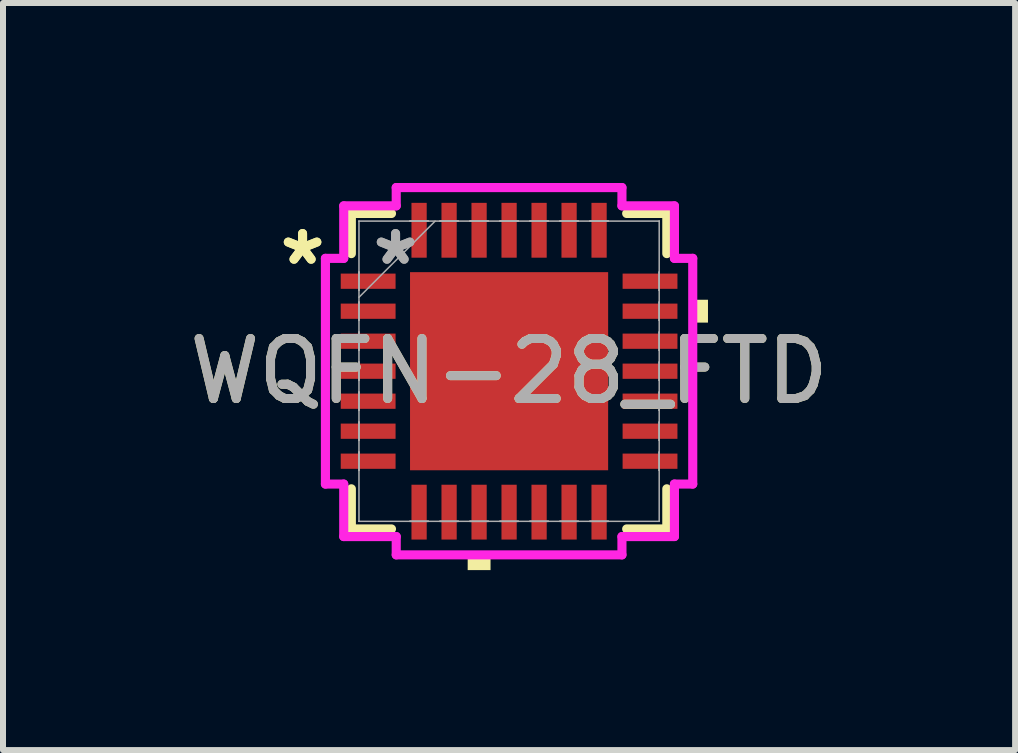
<source format=kicad_pcb>
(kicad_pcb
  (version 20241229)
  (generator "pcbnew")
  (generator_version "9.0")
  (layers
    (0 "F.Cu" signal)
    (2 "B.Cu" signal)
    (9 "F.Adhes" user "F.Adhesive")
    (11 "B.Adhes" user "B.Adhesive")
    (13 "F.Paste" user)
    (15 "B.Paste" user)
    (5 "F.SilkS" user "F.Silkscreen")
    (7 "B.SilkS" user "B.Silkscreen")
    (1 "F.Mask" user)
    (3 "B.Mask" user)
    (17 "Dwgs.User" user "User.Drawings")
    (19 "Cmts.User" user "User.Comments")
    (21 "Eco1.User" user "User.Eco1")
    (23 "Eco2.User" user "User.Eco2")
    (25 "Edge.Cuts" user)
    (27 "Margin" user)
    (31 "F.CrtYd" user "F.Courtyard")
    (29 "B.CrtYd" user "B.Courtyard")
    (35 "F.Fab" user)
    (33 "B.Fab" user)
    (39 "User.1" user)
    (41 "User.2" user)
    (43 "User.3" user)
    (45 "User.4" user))
  (footprint "WQFN-28_FTD"
    (layer "F.Cu")
    (at 5.435 3.137)
    (property "Reference" "WQFN-28_FTD" (at 0 0 0) (unlocked yes) (layer "F.SilkS") (effects (font (size 1 1) (thickness 0.15))))
    (attr smd)
    (fp_line (start -2.629 -2.629) (end -2.629 -1.96) (stroke (width 0.152) (type solid)) (layer "F.SilkS"))
    (fp_line (start -2.629 1.96) (end -2.629 2.629) (stroke (width 0.152) (type solid)) (layer "F.SilkS"))
    (fp_line (start -2.629 2.629) (end -1.96 2.629) (stroke (width 0.152) (type solid)) (layer "F.SilkS"))
    (fp_line (start -1.96 -2.629) (end -2.629 -2.629) (stroke (width 0.152) (type solid)) (layer "F.SilkS"))
    (fp_line (start 1.96 2.629) (end 2.629 2.629) (stroke (width 0.152) (type solid)) (layer "F.SilkS"))
    (fp_line (start 2.629 -2.629) (end 1.96 -2.629) (stroke (width 0.152) (type solid)) (layer "F.SilkS"))
    (fp_line (start 2.629 -1.96) (end 2.629 -2.629) (stroke (width 0.152) (type solid)) (layer "F.SilkS"))
    (fp_line (start 2.629 2.629) (end 2.629 1.96) (stroke (width 0.152) (type solid)) (layer "F.SilkS"))
    (fp_poly (pts (xy -0.69 3.061) (xy -0.69 3.315) (xy -0.309 3.315) (xy -0.309 3.061)) (stroke (width 0) (type solid)) (fill yes) (layer "F.SilkS"))
    (fp_poly (pts (xy 3.315 -1.191) (xy 3.315 -0.81) (xy 3.061 -0.81) (xy 3.061 -1.191)) (stroke (width 0) (type solid)) (fill yes) (layer "F.SilkS"))
    (fp_poly (pts (xy -1.551 -1.551) (xy -1.551 -0.1) (xy -0.1 -0.1) (xy -0.1 -1.551)) (stroke (width 0) (type solid)) (fill yes) (layer "F.Paste"))
    (fp_poly (pts (xy -1.551 0.1) (xy -1.551 1.551) (xy -0.1 1.551) (xy -0.1 0.1)) (stroke (width 0) (type solid)) (fill yes) (layer "F.Paste"))
    (fp_poly (pts (xy 0.1 -1.551) (xy 0.1 -0.1) (xy 1.551 -0.1) (xy 1.551 -1.551)) (stroke (width 0) (type solid)) (fill yes) (layer "F.Paste"))
    (fp_poly (pts (xy 0.1 0.1) (xy 0.1 1.551) (xy 1.551 1.551) (xy 1.551 0.1)) (stroke (width 0) (type solid)) (fill yes) (layer "F.Paste"))
    (fp_line (start -3.061 -1.881) (end -2.756 -1.881) (stroke (width 0.152) (type solid)) (layer "F.CrtYd"))
    (fp_line (start -3.061 1.881) (end -3.061 -1.881) (stroke (width 0.152) (type solid)) (layer "F.CrtYd"))
    (fp_line (start -2.756 -2.756) (end -1.881 -2.756) (stroke (width 0.152) (type solid)) (layer "F.CrtYd"))
    (fp_line (start -2.756 -1.881) (end -2.756 -2.756) (stroke (width 0.152) (type solid)) (layer "F.CrtYd"))
    (fp_line (start -2.756 1.881) (end -3.061 1.881) (stroke (width 0.152) (type solid)) (layer "F.CrtYd"))
    (fp_line (start -2.756 2.756) (end -2.756 1.881) (stroke (width 0.152) (type solid)) (layer "F.CrtYd"))
    (fp_line (start -1.881 -3.061) (end 1.881 -3.061) (stroke (width 0.152) (type solid)) (layer "F.CrtYd"))
    (fp_line (start -1.881 -2.756) (end -1.881 -3.061) (stroke (width 0.152) (type solid)) (layer "F.CrtYd"))
    (fp_line (start -1.881 2.756) (end -2.756 2.756) (stroke (width 0.152) (type solid)) (layer "F.CrtYd"))
    (fp_line (start -1.881 3.061) (end -1.881 2.756) (stroke (width 0.152) (type solid)) (layer "F.CrtYd"))
    (fp_line (start 1.881 -3.061) (end 1.881 -2.756) (stroke (width 0.152) (type solid)) (layer "F.CrtYd"))
    (fp_line (start 1.881 -2.756) (end 2.756 -2.756) (stroke (width 0.152) (type solid)) (layer "F.CrtYd"))
    (fp_line (start 1.881 2.756) (end 1.881 3.061) (stroke (width 0.152) (type solid)) (layer "F.CrtYd"))
    (fp_line (start 1.881 3.061) (end -1.881 3.061) (stroke (width 0.152) (type solid)) (layer "F.CrtYd"))
    (fp_line (start 2.756 -2.756) (end 2.756 -1.881) (stroke (width 0.152) (type solid)) (layer "F.CrtYd"))
    (fp_line (start 2.756 -1.881) (end 3.061 -1.881) (stroke (width 0.152) (type solid)) (layer "F.CrtYd"))
    (fp_line (start 2.756 1.881) (end 2.756 2.756) (stroke (width 0.152) (type solid)) (layer "F.CrtYd"))
    (fp_line (start 2.756 2.756) (end 1.881 2.756) (stroke (width 0.152) (type solid)) (layer "F.CrtYd"))
    (fp_line (start 3.061 -1.881) (end 3.061 1.881) (stroke (width 0.152) (type solid)) (layer "F.CrtYd"))
    (fp_line (start 3.061 1.881) (end 2.756 1.881) (stroke (width 0.152) (type solid)) (layer "F.CrtYd"))
    (fp_line (start -2.502 -2.502) (end -2.502 -2.502) (stroke (width 0.025) (type solid)) (layer "F.Fab"))
    (fp_line (start -2.502 -2.502) (end -2.502 2.502) (stroke (width 0.025) (type solid)) (layer "F.Fab"))
    (fp_line (start -2.502 -1.652) (end -2.502 -1.652) (stroke (width 0.025) (type solid)) (layer "F.Fab"))
    (fp_line (start -2.502 -1.652) (end -2.502 -1.348) (stroke (width 0.025) (type solid)) (layer "F.Fab"))
    (fp_line (start -2.502 -1.348) (end -2.502 -1.652) (stroke (width 0.025) (type solid)) (layer "F.Fab"))
    (fp_line (start -2.502 -1.348) (end -2.502 -1.348) (stroke (width 0.025) (type solid)) (layer "F.Fab"))
    (fp_line (start -2.502 -1.232) (end -1.232 -2.502) (stroke (width 0.025) (type solid)) (layer "F.Fab"))
    (fp_line (start -2.502 -1.152) (end -2.502 -1.152) (stroke (width 0.025) (type solid)) (layer "F.Fab"))
    (fp_line (start -2.502 -1.152) (end -2.502 -0.848) (stroke (width 0.025) (type solid)) (layer "F.Fab"))
    (fp_line (start -2.502 -0.848) (end -2.502 -1.152) (stroke (width 0.025) (type solid)) (layer "F.Fab"))
    (fp_line (start -2.502 -0.848) (end -2.502 -0.848) (stroke (width 0.025) (type solid)) (layer "F.Fab"))
    (fp_line (start -2.502 -0.652) (end -2.502 -0.652) (stroke (width 0.025) (type solid)) (layer "F.Fab"))
    (fp_line (start -2.502 -0.652) (end -2.502 -0.348) (stroke (width 0.025) (type solid)) (layer "F.Fab"))
    (fp_line (start -2.502 -0.348) (end -2.502 -0.652) (stroke (width 0.025) (type solid)) (layer "F.Fab"))
    (fp_line (start -2.502 -0.348) (end -2.502 -0.348) (stroke (width 0.025) (type solid)) (layer "F.Fab"))
    (fp_line (start -2.502 -0.152) (end -2.502 -0.152) (stroke (width 0.025) (type solid)) (layer "F.Fab"))
    (fp_line (start -2.502 -0.152) (end -2.502 0.152) (stroke (width 0.025) (type solid)) (layer "F.Fab"))
    (fp_line (start -2.502 0.152) (end -2.502 -0.152) (stroke (width 0.025) (type solid)) (layer "F.Fab"))
    (fp_line (start -2.502 0.152) (end -2.502 0.152) (stroke (width 0.025) (type solid)) (layer "F.Fab"))
    (fp_line (start -2.502 0.348) (end -2.502 0.348) (stroke (width 0.025) (type solid)) (layer "F.Fab"))
    (fp_line (start -2.502 0.348) (end -2.502 0.652) (stroke (width 0.025) (type solid)) (layer "F.Fab"))
    (fp_line (start -2.502 0.652) (end -2.502 0.348) (stroke (width 0.025) (type solid)) (layer "F.Fab"))
    (fp_line (start -2.502 0.652) (end -2.502 0.652) (stroke (width 0.025) (type solid)) (layer "F.Fab"))
    (fp_line (start -2.502 0.848) (end -2.502 0.848) (stroke (width 0.025) (type solid)) (layer "F.Fab"))
    (fp_line (start -2.502 0.848) (end -2.502 1.152) (stroke (width 0.025) (type solid)) (layer "F.Fab"))
    (fp_line (start -2.502 1.152) (end -2.502 0.848) (stroke (width 0.025) (type solid)) (layer "F.Fab"))
    (fp_line (start -2.502 1.152) (end -2.502 1.152) (stroke (width 0.025) (type solid)) (layer "F.Fab"))
    (fp_line (start -2.502 1.348) (end -2.502 1.348) (stroke (width 0.025) (type solid)) (layer "F.Fab"))
    (fp_line (start -2.502 1.348) (end -2.502 1.652) (stroke (width 0.025) (type solid)) (layer "F.Fab"))
    (fp_line (start -2.502 1.652) (end -2.502 1.348) (stroke (width 0.025) (type solid)) (layer "F.Fab"))
    (fp_line (start -2.502 1.652) (end -2.502 1.652) (stroke (width 0.025) (type solid)) (layer "F.Fab"))
    (fp_line (start -2.502 2.502) (end -2.502 2.502) (stroke (width 0.025) (type solid)) (layer "F.Fab"))
    (fp_line (start -2.502 2.502) (end 2.502 2.502) (stroke (width 0.025) (type solid)) (layer "F.Fab"))
    (fp_line (start -1.652 -2.502) (end -1.652 -2.502) (stroke (width 0.025) (type solid)) (layer "F.Fab"))
    (fp_line (start -1.652 -2.502) (end -1.348 -2.502) (stroke (width 0.025) (type solid)) (layer "F.Fab"))
    (fp_line (start -1.652 2.502) (end -1.652 2.502) (stroke (width 0.025) (type solid)) (layer "F.Fab"))
    (fp_line (start -1.652 2.502) (end -1.348 2.502) (stroke (width 0.025) (type solid)) (layer "F.Fab"))
    (fp_line (start -1.348 -2.502) (end -1.652 -2.502) (stroke (width 0.025) (type solid)) (layer "F.Fab"))
    (fp_line (start -1.348 -2.502) (end -1.348 -2.502) (stroke (width 0.025) (type solid)) (layer "F.Fab"))
    (fp_line (start -1.348 2.502) (end -1.652 2.502) (stroke (width 0.025) (type solid)) (layer "F.Fab"))
    (fp_line (start -1.348 2.502) (end -1.348 2.502) (stroke (width 0.025) (type solid)) (layer "F.Fab"))
    (fp_line (start -1.152 -2.502) (end -1.152 -2.502) (stroke (width 0.025) (type solid)) (layer "F.Fab"))
    (fp_line (start -1.152 -2.502) (end -0.848 -2.502) (stroke (width 0.025) (type solid)) (layer "F.Fab"))
    (fp_line (start -1.152 2.502) (end -1.152 2.502) (stroke (width 0.025) (type solid)) (layer "F.Fab"))
    (fp_line (start -1.152 2.502) (end -0.848 2.502) (stroke (width 0.025) (type solid)) (layer "F.Fab"))
    (fp_line (start -0.848 -2.502) (end -1.152 -2.502) (stroke (width 0.025) (type solid)) (layer "F.Fab"))
    (fp_line (start -0.848 -2.502) (end -0.848 -2.502) (stroke (width 0.025) (type solid)) (layer "F.Fab"))
    (fp_line (start -0.848 2.502) (end -1.152 2.502) (stroke (width 0.025) (type solid)) (layer "F.Fab"))
    (fp_line (start -0.848 2.502) (end -0.848 2.502) (stroke (width 0.025) (type solid)) (layer "F.Fab"))
    (fp_line (start -0.652 -2.502) (end -0.652 -2.502) (stroke (width 0.025) (type solid)) (layer "F.Fab"))
    (fp_line (start -0.652 -2.502) (end -0.348 -2.502) (stroke (width 0.025) (type solid)) (layer "F.Fab"))
    (fp_line (start -0.652 2.502) (end -0.652 2.502) (stroke (width 0.025) (type solid)) (layer "F.Fab"))
    (fp_line (start -0.652 2.502) (end -0.348 2.502) (stroke (width 0.025) (type solid)) (layer "F.Fab"))
    (fp_line (start -0.348 -2.502) (end -0.652 -2.502) (stroke (width 0.025) (type solid)) (layer "F.Fab"))
    (fp_line (start -0.348 -2.502) (end -0.348 -2.502) (stroke (width 0.025) (type solid)) (layer "F.Fab"))
    (fp_line (start -0.348 2.502) (end -0.652 2.502) (stroke (width 0.025) (type solid)) (layer "F.Fab"))
    (fp_line (start -0.348 2.502) (end -0.348 2.502) (stroke (width 0.025) (type solid)) (layer "F.Fab"))
    (fp_line (start -0.152 -2.502) (end -0.152 -2.502) (stroke (width 0.025) (type solid)) (layer "F.Fab"))
    (fp_line (start -0.152 -2.502) (end 0.152 -2.502) (stroke (width 0.025) (type solid)) (layer "F.Fab"))
    (fp_line (start -0.152 2.502) (end -0.152 2.502) (stroke (width 0.025) (type solid)) (layer "F.Fab"))
    (fp_line (start -0.152 2.502) (end 0.152 2.502) (stroke (width 0.025) (type solid)) (layer "F.Fab"))
    (fp_line (start 0.152 -2.502) (end -0.152 -2.502) (stroke (width 0.025) (type solid)) (layer "F.Fab"))
    (fp_line (start 0.152 -2.502) (end 0.152 -2.502) (stroke (width 0.025) (type solid)) (layer "F.Fab"))
    (fp_line (start 0.152 2.502) (end -0.152 2.502) (stroke (width 0.025) (type solid)) (layer "F.Fab"))
    (fp_line (start 0.152 2.502) (end 0.152 2.502) (stroke (width 0.025) (type solid)) (layer "F.Fab"))
    (fp_line (start 0.348 -2.502) (end 0.348 -2.502) (stroke (width 0.025) (type solid)) (layer "F.Fab"))
    (fp_line (start 0.348 -2.502) (end 0.652 -2.502) (stroke (width 0.025) (type solid)) (layer "F.Fab"))
    (fp_line (start 0.348 2.502) (end 0.348 2.502) (stroke (width 0.025) (type solid)) (layer "F.Fab"))
    (fp_line (start 0.348 2.502) (end 0.652 2.502) (stroke (width 0.025) (type solid)) (layer "F.Fab"))
    (fp_line (start 0.652 -2.502) (end 0.348 -2.502) (stroke (width 0.025) (type solid)) (layer "F.Fab"))
    (fp_line (start 0.652 -2.502) (end 0.652 -2.502) (stroke (width 0.025) (type solid)) (layer "F.Fab"))
    (fp_line (start 0.652 2.502) (end 0.348 2.502) (stroke (width 0.025) (type solid)) (layer "F.Fab"))
    (fp_line (start 0.652 2.502) (end 0.652 2.502) (stroke (width 0.025) (type solid)) (layer "F.Fab"))
    (fp_line (start 0.848 -2.502) (end 0.848 -2.502) (stroke (width 0.025) (type solid)) (layer "F.Fab"))
    (fp_line (start 0.848 -2.502) (end 1.152 -2.502) (stroke (width 0.025) (type solid)) (layer "F.Fab"))
    (fp_line (start 0.848 2.502) (end 0.848 2.502) (stroke (width 0.025) (type solid)) (layer "F.Fab"))
    (fp_line (start 0.848 2.502) (end 1.152 2.502) (stroke (width 0.025) (type solid)) (layer "F.Fab"))
    (fp_line (start 1.152 -2.502) (end 0.848 -2.502) (stroke (width 0.025) (type solid)) (layer "F.Fab"))
    (fp_line (start 1.152 -2.502) (end 1.152 -2.502) (stroke (width 0.025) (type solid)) (layer "F.Fab"))
    (fp_line (start 1.152 2.502) (end 0.848 2.502) (stroke (width 0.025) (type solid)) (layer "F.Fab"))
    (fp_line (start 1.152 2.502) (end 1.152 2.502) (stroke (width 0.025) (type solid)) (layer "F.Fab"))
    (fp_line (start 1.348 -2.502) (end 1.348 -2.502) (stroke (width 0.025) (type solid)) (layer "F.Fab"))
    (fp_line (start 1.348 -2.502) (end 1.652 -2.502) (stroke (width 0.025) (type solid)) (layer "F.Fab"))
    (fp_line (start 1.348 2.502) (end 1.348 2.502) (stroke (width 0.025) (type solid)) (layer "F.Fab"))
    (fp_line (start 1.348 2.502) (end 1.652 2.502) (stroke (width 0.025) (type solid)) (layer "F.Fab"))
    (fp_line (start 1.652 -2.502) (end 1.348 -2.502) (stroke (width 0.025) (type solid)) (layer "F.Fab"))
    (fp_line (start 1.652 -2.502) (end 1.652 -2.502) (stroke (width 0.025) (type solid)) (layer "F.Fab"))
    (fp_line (start 1.652 2.502) (end 1.348 2.502) (stroke (width 0.025) (type solid)) (layer "F.Fab"))
    (fp_line (start 1.652 2.502) (end 1.652 2.502) (stroke (width 0.025) (type solid)) (layer "F.Fab"))
    (fp_line (start 2.502 -2.502) (end -2.502 -2.502) (stroke (width 0.025) (type solid)) (layer "F.Fab"))
    (fp_line (start 2.502 -2.502) (end 2.502 -2.502) (stroke (width 0.025) (type solid)) (layer "F.Fab"))
    (fp_line (start 2.502 -1.652) (end 2.502 -1.652) (stroke (width 0.025) (type solid)) (layer "F.Fab"))
    (fp_line (start 2.502 -1.652) (end 2.502 -1.348) (stroke (width 0.025) (type solid)) (layer "F.Fab"))
    (fp_line (start 2.502 -1.348) (end 2.502 -1.652) (stroke (width 0.025) (type solid)) (layer "F.Fab"))
    (fp_line (start 2.502 -1.348) (end 2.502 -1.348) (stroke (width 0.025) (type solid)) (layer "F.Fab"))
    (fp_line (start 2.502 -1.152) (end 2.502 -1.152) (stroke (width 0.025) (type solid)) (layer "F.Fab"))
    (fp_line (start 2.502 -1.152) (end 2.502 -0.848) (stroke (width 0.025) (type solid)) (layer "F.Fab"))
    (fp_line (start 2.502 -0.848) (end 2.502 -1.152) (stroke (width 0.025) (type solid)) (layer "F.Fab"))
    (fp_line (start 2.502 -0.848) (end 2.502 -0.848) (stroke (width 0.025) (type solid)) (layer "F.Fab"))
    (fp_line (start 2.502 -0.652) (end 2.502 -0.652) (stroke (width 0.025) (type solid)) (layer "F.Fab"))
    (fp_line (start 2.502 -0.652) (end 2.502 -0.348) (stroke (width 0.025) (type solid)) (layer "F.Fab"))
    (fp_line (start 2.502 -0.348) (end 2.502 -0.652) (stroke (width 0.025) (type solid)) (layer "F.Fab"))
    (fp_line (start 2.502 -0.348) (end 2.502 -0.348) (stroke (width 0.025) (type solid)) (layer "F.Fab"))
    (fp_line (start 2.502 -0.152) (end 2.502 -0.152) (stroke (width 0.025) (type solid)) (layer "F.Fab"))
    (fp_line (start 2.502 -0.152) (end 2.502 0.152) (stroke (width 0.025) (type solid)) (layer "F.Fab"))
    (fp_line (start 2.502 0.152) (end 2.502 -0.152) (stroke (width 0.025) (type solid)) (layer "F.Fab"))
    (fp_line (start 2.502 0.152) (end 2.502 0.152) (stroke (width 0.025) (type solid)) (layer "F.Fab"))
    (fp_line (start 2.502 0.348) (end 2.502 0.348) (stroke (width 0.025) (type solid)) (layer "F.Fab"))
    (fp_line (start 2.502 0.348) (end 2.502 0.652) (stroke (width 0.025) (type solid)) (layer "F.Fab"))
    (fp_line (start 2.502 0.652) (end 2.502 0.348) (stroke (width 0.025) (type solid)) (layer "F.Fab"))
    (fp_line (start 2.502 0.652) (end 2.502 0.652) (stroke (width 0.025) (type solid)) (layer "F.Fab"))
    (fp_line (start 2.502 0.848) (end 2.502 0.848) (stroke (width 0.025) (type solid)) (layer "F.Fab"))
    (fp_line (start 2.502 0.848) (end 2.502 1.152) (stroke (width 0.025) (type solid)) (layer "F.Fab"))
    (fp_line (start 2.502 1.152) (end 2.502 0.848) (stroke (width 0.025) (type solid)) (layer "F.Fab"))
    (fp_line (start 2.502 1.152) (end 2.502 1.152) (stroke (width 0.025) (type solid)) (layer "F.Fab"))
    (fp_line (start 2.502 1.348) (end 2.502 1.348) (stroke (width 0.025) (type solid)) (layer "F.Fab"))
    (fp_line (start 2.502 1.348) (end 2.502 1.652) (stroke (width 0.025) (type solid)) (layer "F.Fab"))
    (fp_line (start 2.502 1.652) (end 2.502 1.348) (stroke (width 0.025) (type solid)) (layer "F.Fab"))
    (fp_line (start 2.502 1.652) (end 2.502 1.652) (stroke (width 0.025) (type solid)) (layer "F.Fab"))
    (fp_line (start 2.502 2.502) (end 2.502 -2.502) (stroke (width 0.025) (type solid)) (layer "F.Fab"))
    (fp_line (start 2.502 2.502) (end 2.502 2.502) (stroke (width 0.025) (type solid)) (layer "F.Fab"))
    (fp_text user "*" (at -3.442 -1.75 0) (unlocked yes) (layer "F.SilkS") (effects (font (size 1 1) (thickness 0.15))))
    (fp_text user "*" (at -3.442 -1.75 0) (layer "F.SilkS") (effects (font (size 1 1) (thickness 0.15))))
    (fp_text user "*" (at -1.892 -1.75 0) (layer "F.Fab") (effects (font (size 1 1) (thickness 0.15))))
    (fp_text user "*" (at -1.892 -1.75 0) (unlocked yes) (layer "F.Fab") (effects (font (size 1 1) (thickness 0.15))))
    (fp_text user "${REFERENCE}" (at 0 0 0) (unlocked yes) (layer "F.Fab") (effects (font (size 1 1) (thickness 0.15))))
    (pad "1" smd rect (at -2.349 -1.5 90) (size 0.254 0.914) (layers "F.Cu" "F.Mask" "F.Paste"))
    (pad "2" smd rect (at -2.349 -1 90) (size 0.254 0.914) (layers "F.Cu" "F.Mask" "F.Paste"))
    (pad "3" smd rect (at -2.349 -0.5 90) (size 0.254 0.914) (layers "F.Cu" "F.Mask" "F.Paste"))
    (pad "4" smd rect (at -2.349 0 90) (size 0.254 0.914) (layers "F.Cu" "F.Mask" "F.Paste"))
    (pad "5" smd rect (at -2.349 0.5 90) (size 0.254 0.914) (layers "F.Cu" "F.Mask" "F.Paste"))
    (pad "6" smd rect (at -2.349 1 90) (size 0.254 0.914) (layers "F.Cu" "F.Mask" "F.Paste"))
    (pad "7" smd rect (at -2.349 1.5 90) (size 0.254 0.914) (layers "F.Cu" "F.Mask" "F.Paste"))
    (pad "8" smd rect (at -1.5 2.349) (size 0.254 0.914) (layers "F.Cu" "F.Mask" "F.Paste"))
    (pad "9" smd rect (at -1 2.349) (size 0.254 0.914) (layers "F.Cu" "F.Mask" "F.Paste"))
    (pad "10" smd rect (at -0.5 2.349) (size 0.254 0.914) (layers "F.Cu" "F.Mask" "F.Paste"))
    (pad "11" smd rect (at 0 2.349) (size 0.254 0.914) (layers "F.Cu" "F.Mask" "F.Paste"))
    (pad "12" smd rect (at 0.5 2.349) (size 0.254 0.914) (layers "F.Cu" "F.Mask" "F.Paste"))
    (pad "13" smd rect (at 1 2.349) (size 0.254 0.914) (layers "F.Cu" "F.Mask" "F.Paste"))
    (pad "14" smd rect (at 1.5 2.349) (size 0.254 0.914) (layers "F.Cu" "F.Mask" "F.Paste"))
    (pad "15" smd rect (at 2.349 1.5 90) (size 0.254 0.914) (layers "F.Cu" "F.Mask" "F.Paste"))
    (pad "16" smd rect (at 2.349 1 90) (size 0.254 0.914) (layers "F.Cu" "F.Mask" "F.Paste"))
    (pad "17" smd rect (at 2.349 0.5 90) (size 0.254 0.914) (layers "F.Cu" "F.Mask" "F.Paste"))
    (pad "18" smd rect (at 2.349 0 90) (size 0.254 0.914) (layers "F.Cu" "F.Mask" "F.Paste"))
    (pad "19" smd rect (at 2.349 -0.5 90) (size 0.254 0.914) (layers "F.Cu" "F.Mask" "F.Paste"))
    (pad "20" smd rect (at 2.349 -1 90) (size 0.254 0.914) (layers "F.Cu" "F.Mask" "F.Paste"))
    (pad "21" smd rect (at 2.349 -1.5 90) (size 0.254 0.914) (layers "F.Cu" "F.Mask" "F.Paste"))
    (pad "22" smd rect (at 1.5 -2.349) (size 0.254 0.914) (layers "F.Cu" "F.Mask" "F.Paste"))
    (pad "23" smd rect (at 1 -2.349) (size 0.254 0.914) (layers "F.Cu" "F.Mask" "F.Paste"))
    (pad "24" smd rect (at 0.5 -2.349) (size 0.254 0.914) (layers "F.Cu" "F.Mask" "F.Paste"))
    (pad "25" smd rect (at 0 -2.349) (size 0.254 0.914) (layers "F.Cu" "F.Mask" "F.Paste"))
    (pad "26" smd rect (at -0.5 -2.349) (size 0.254 0.914) (layers "F.Cu" "F.Mask" "F.Paste"))
    (pad "27" smd rect (at -1 -2.349) (size 0.254 0.914) (layers "F.Cu" "F.Mask" "F.Paste"))
    (pad "28" smd rect (at -1.5 -2.349) (size 0.254 0.914) (layers "F.Cu" "F.Mask" "F.Paste"))
    (pad "29" smd rect (at 0 0) (size 3.302 3.302) (layers "F.Cu" "F.Mask" "F.Paste")))
  (gr_rect
    (start -3 -3)
    (end 13.869 9.452)
    (stroke (width 0.1) (type default))
    (fill no)
    (layer "Edge.Cuts")))
</source>
